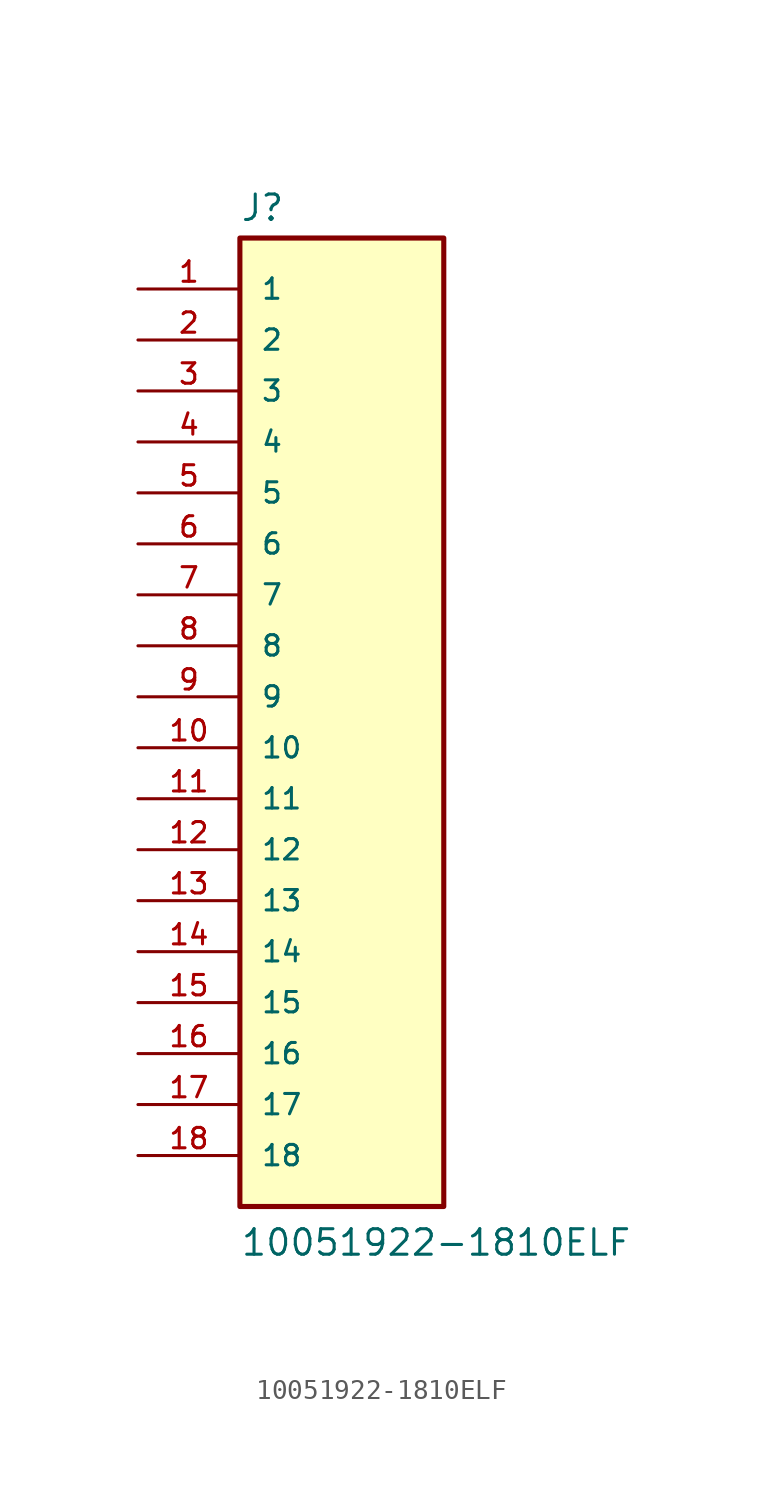
<source format=kicad_sym>
(kicad_symbol_lib
  (version 20211014)
  (generator kicad_symbol_editor)
  (symbol "10051922-1810ELF"
    (pin_names
      (offset 1.016))
    (property "Reference" "J"
      (at -5.08 26.162 0)
      (effects (font (size 1.27 1.27)) (justify bottom left)))
    (property "Value" "10051922-1810ELF"
      (at -5.08 -25.4 0)
      (effects (font (size 1.27 1.27)) (justify bottom left)))
    (symbol "10051922-1810ELF_0_0"
      (rectangle (start -5.08 -22.86) (end 5.08 25.4) (stroke (width 0.254)) (fill (type background)))
      (pin passive line (at -10.16 22.86 0) (length 5.08) (name "1" (effects (font (size 1.016 1.016)))) (number "1" (effects (font (size 1.016 1.016)))))
      (pin passive line (at -10.16 20.32 0) (length 5.08) (name "2" (effects (font (size 1.016 1.016)))) (number "2" (effects (font (size 1.016 1.016)))))
      (pin passive line (at -10.16 17.78 0) (length 5.08) (name "3" (effects (font (size 1.016 1.016)))) (number "3" (effects (font (size 1.016 1.016)))))
      (pin passive line (at -10.16 15.24 0) (length 5.08) (name "4" (effects (font (size 1.016 1.016)))) (number "4" (effects (font (size 1.016 1.016)))))
      (pin passive line (at -10.16 12.7 0) (length 5.08) (name "5" (effects (font (size 1.016 1.016)))) (number "5" (effects (font (size 1.016 1.016)))))
      (pin passive line (at -10.16 10.16 0) (length 5.08) (name "6" (effects (font (size 1.016 1.016)))) (number "6" (effects (font (size 1.016 1.016)))))
      (pin passive line (at -10.16 7.62 0) (length 5.08) (name "7" (effects (font (size 1.016 1.016)))) (number "7" (effects (font (size 1.016 1.016)))))
      (pin passive line (at -10.16 5.08 0) (length 5.08) (name "8" (effects (font (size 1.016 1.016)))) (number "8" (effects (font (size 1.016 1.016)))))
      (pin passive line (at -10.16 2.54 0) (length 5.08) (name "9" (effects (font (size 1.016 1.016)))) (number "9" (effects (font (size 1.016 1.016)))))
      (pin passive line (at -10.16 0.0 0) (length 5.08) (name "10" (effects (font (size 1.016 1.016)))) (number "10" (effects (font (size 1.016 1.016)))))
      (pin passive line (at -10.16 -2.54 0) (length 5.08) (name "11" (effects (font (size 1.016 1.016)))) (number "11" (effects (font (size 1.016 1.016)))))
      (pin passive line (at -10.16 -5.08 0) (length 5.08) (name "12" (effects (font (size 1.016 1.016)))) (number "12" (effects (font (size 1.016 1.016)))))
      (pin passive line (at -10.16 -7.62 0) (length 5.08) (name "13" (effects (font (size 1.016 1.016)))) (number "13" (effects (font (size 1.016 1.016)))))
      (pin passive line (at -10.16 -10.16 0) (length 5.08) (name "14" (effects (font (size 1.016 1.016)))) (number "14" (effects (font (size 1.016 1.016)))))
      (pin passive line (at -10.16 -12.7 0) (length 5.08) (name "15" (effects (font (size 1.016 1.016)))) (number "15" (effects (font (size 1.016 1.016)))))
      (pin passive line (at -10.16 -15.24 0) (length 5.08) (name "16" (effects (font (size 1.016 1.016)))) (number "16" (effects (font (size 1.016 1.016)))))
      (pin passive line (at -10.16 -17.78 0) (length 5.08) (name "17" (effects (font (size 1.016 1.016)))) (number "17" (effects (font (size 1.016 1.016)))))
      (pin passive line (at -10.16 -20.32 0) (length 5.08) (name "18" (effects (font (size 1.016 1.016)))) (number "18" (effects (font (size 1.016 1.016))))))))
</source>
